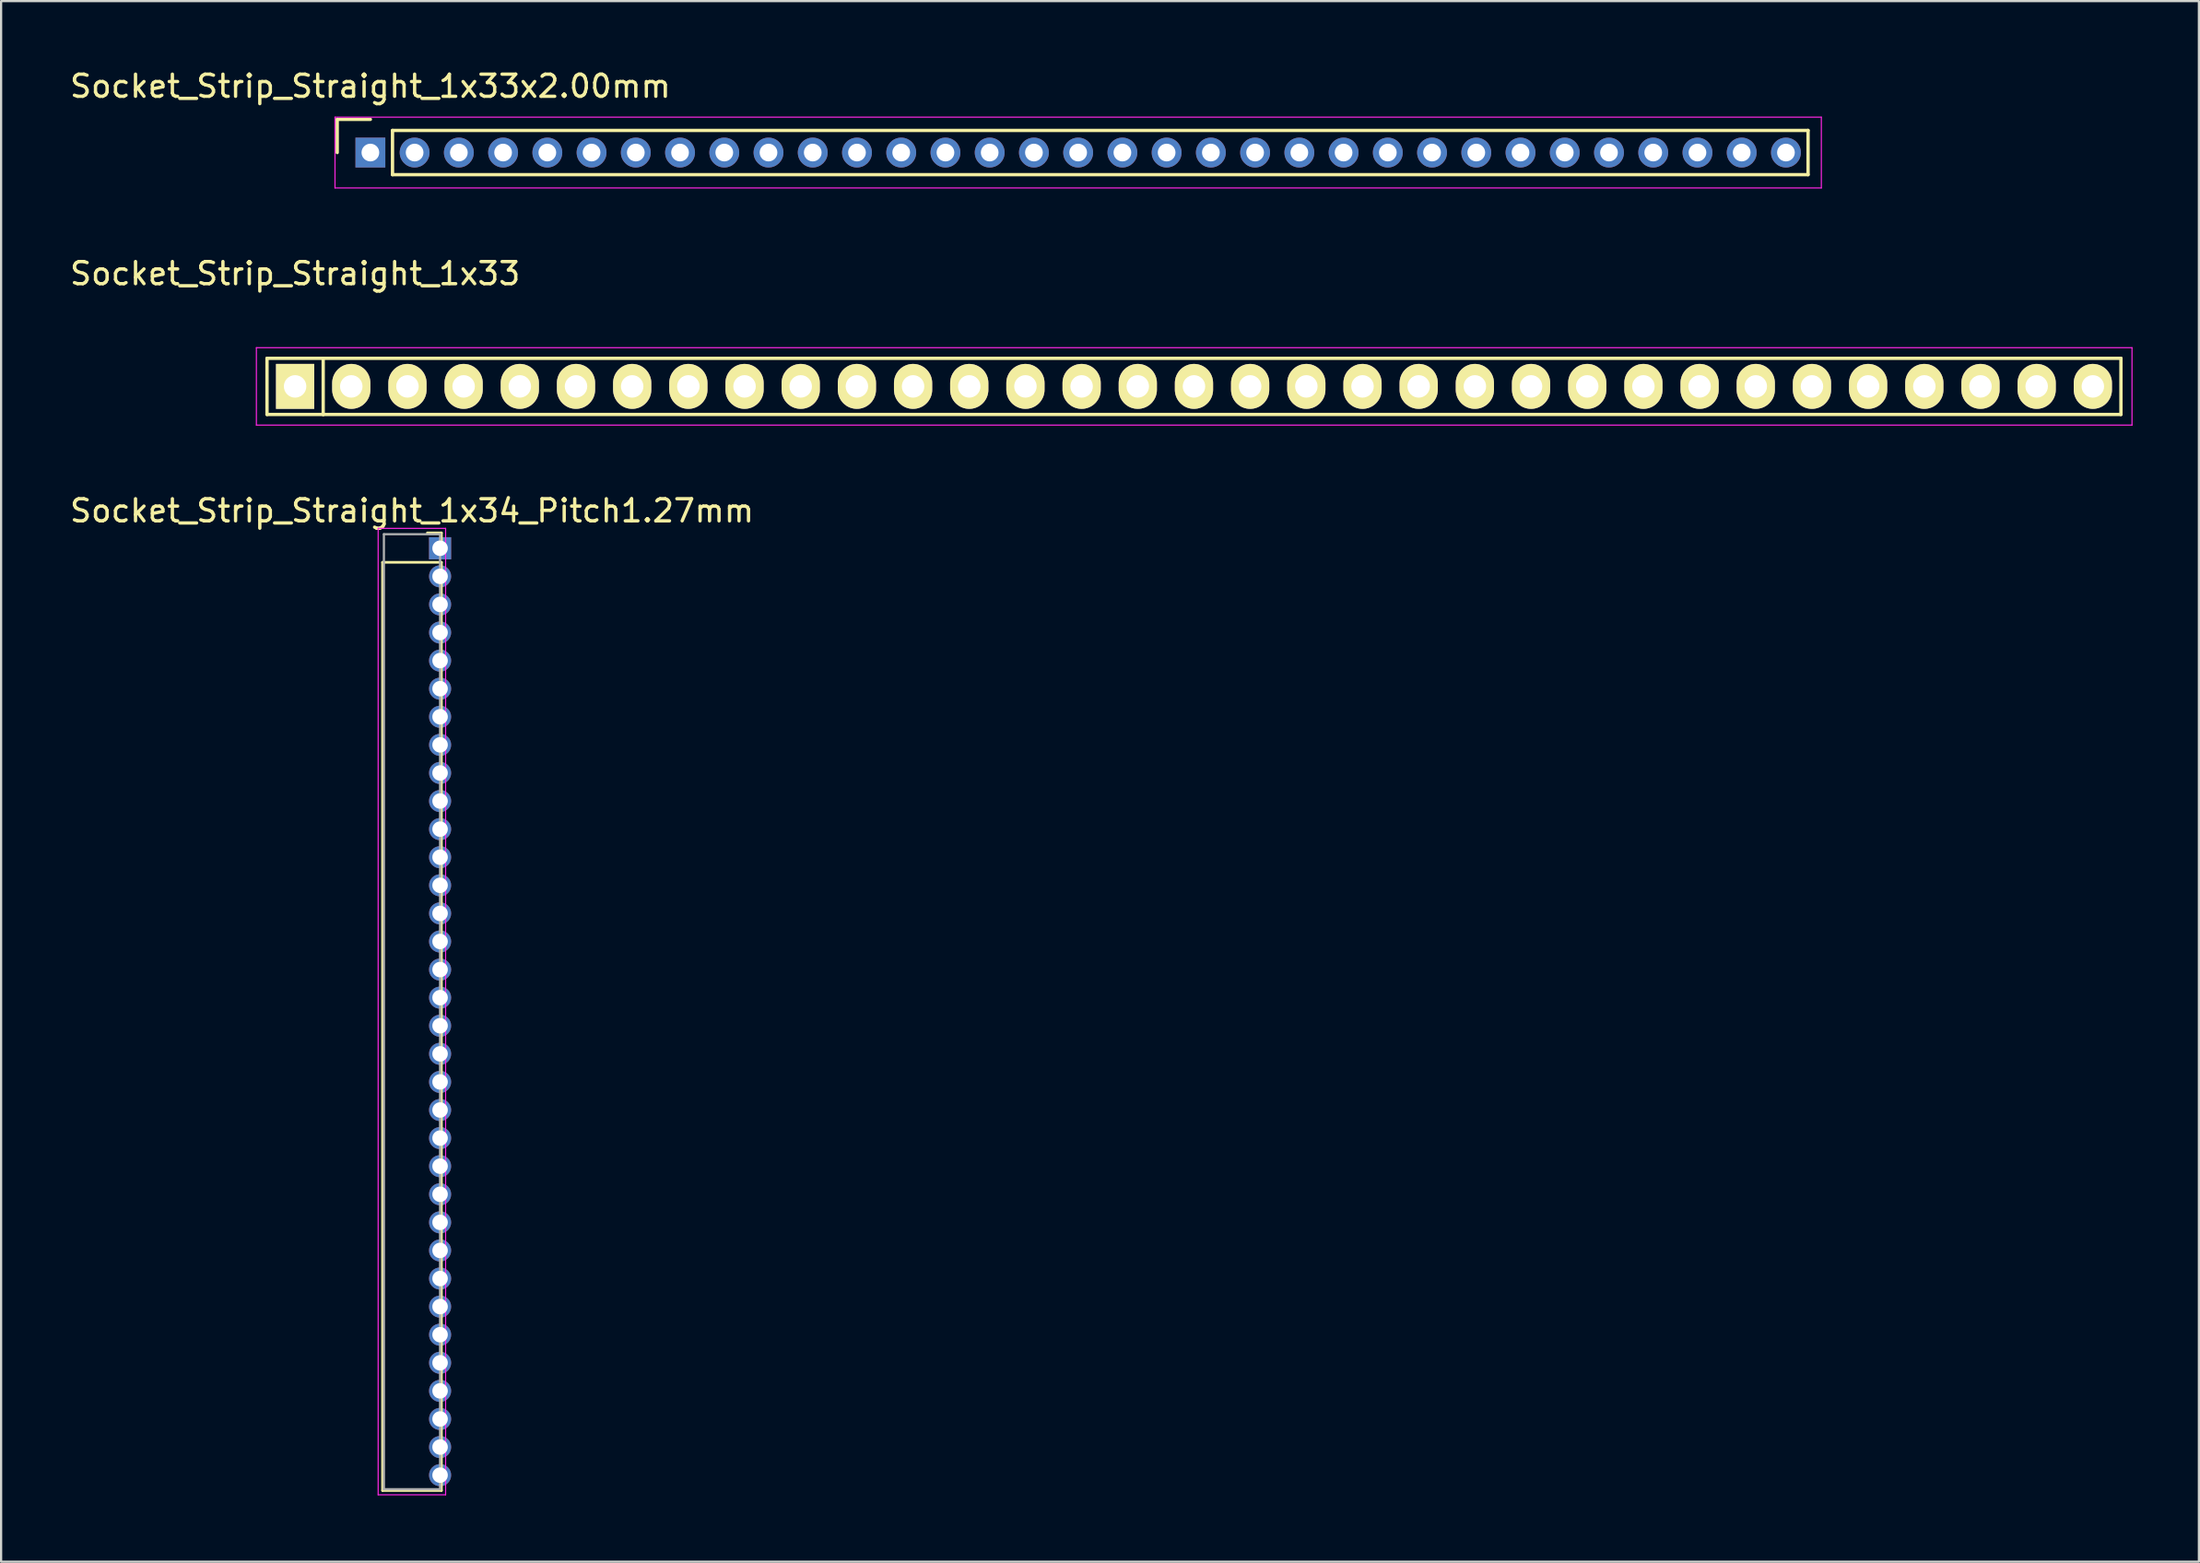
<source format=kicad_pcb>
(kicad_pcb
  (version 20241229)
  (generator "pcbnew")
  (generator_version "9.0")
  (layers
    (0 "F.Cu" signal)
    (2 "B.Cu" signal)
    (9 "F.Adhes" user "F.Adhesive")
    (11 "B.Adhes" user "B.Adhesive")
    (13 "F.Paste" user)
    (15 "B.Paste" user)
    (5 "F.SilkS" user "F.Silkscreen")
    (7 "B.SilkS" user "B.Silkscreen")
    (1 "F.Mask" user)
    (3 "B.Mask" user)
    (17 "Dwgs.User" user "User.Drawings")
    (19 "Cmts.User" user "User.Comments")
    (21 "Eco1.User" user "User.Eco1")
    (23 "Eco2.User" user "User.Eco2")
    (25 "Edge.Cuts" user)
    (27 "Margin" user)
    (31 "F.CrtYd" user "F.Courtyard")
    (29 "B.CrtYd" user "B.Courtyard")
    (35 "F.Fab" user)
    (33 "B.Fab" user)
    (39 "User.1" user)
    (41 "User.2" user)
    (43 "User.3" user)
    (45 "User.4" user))
  (footprint "Socket_Strip_Straight_1x34_Pitch1.27mm"
    (layer "F.Cu")
    (at 16.847 21.74)
    (property "Reference" "Socket_Strip_Straight_1x34_Pitch1.27mm" (at -1.27 -1.695 0) (layer "F.SilkS") (effects (font (size 1 1) (thickness 0.15))))
    (attr through_hole)
    (fp_line (start -2.6 0.635) (end -2.6 42.605) (stroke (width 0.12) (type solid)) (layer "F.SilkS"))
    (fp_line (start -2.6 42.605) (end 0.06 42.605) (stroke (width 0.12) (type solid)) (layer "F.SilkS"))
    (fp_line (start 0.06 -0.695) (end -0.575 -0.695) (stroke (width 0.12) (type solid)) (layer "F.SilkS"))
    (fp_line (start 0.06 0) (end 0.06 -0.695) (stroke (width 0.12) (type solid)) (layer "F.SilkS"))
    (fp_line (start 0.06 0.635) (end -2.6 0.635) (stroke (width 0.12) (type solid)) (layer "F.SilkS"))
    (fp_line (start 0.06 42.605) (end 0.06 0.635) (stroke (width 0.12) (type solid)) (layer "F.SilkS"))
    (fp_line (start -2.8 -0.9) (end -2.8 42.8) (stroke (width 0.05) (type solid)) (layer "F.CrtYd"))
    (fp_line (start -2.8 42.8) (end 0.25 42.8) (stroke (width 0.05) (type solid)) (layer "F.CrtYd"))
    (fp_line (start 0.25 -0.9) (end -2.8 -0.9) (stroke (width 0.05) (type solid)) (layer "F.CrtYd"))
    (fp_line (start 0.25 42.8) (end 0.25 -0.9) (stroke (width 0.05) (type solid)) (layer "F.CrtYd"))
    (fp_line (start -2.54 -0.635) (end -2.54 42.545) (stroke (width 0.1) (type solid)) (layer "F.Fab"))
    (fp_line (start -2.54 42.545) (end 0 42.545) (stroke (width 0.1) (type solid)) (layer "F.Fab"))
    (fp_line (start 0 -0.635) (end -2.54 -0.635) (stroke (width 0.1) (type solid)) (layer "F.Fab"))
    (fp_line (start 0 42.545) (end 0 -0.635) (stroke (width 0.1) (type solid)) (layer "F.Fab"))
    (pad "1" thru_hole rect (at 0 0) (size 1 1) (drill 0.7) (layers "*.Cu" "*.Mask"))
    (pad "2" thru_hole oval (at 0 1.27) (size 1 1) (drill 0.7) (layers "*.Cu" "*.Mask"))
    (pad "3" thru_hole oval (at 0 2.54) (size 1 1) (drill 0.7) (layers "*.Cu" "*.Mask"))
    (pad "4" thru_hole oval (at 0 3.81) (size 1 1) (drill 0.7) (layers "*.Cu" "*.Mask"))
    (pad "5" thru_hole oval (at 0 5.08) (size 1 1) (drill 0.7) (layers "*.Cu" "*.Mask"))
    (pad "6" thru_hole oval (at 0 6.35) (size 1 1) (drill 0.7) (layers "*.Cu" "*.Mask"))
    (pad "7" thru_hole oval (at 0 7.62) (size 1 1) (drill 0.7) (layers "*.Cu" "*.Mask"))
    (pad "8" thru_hole oval (at 0 8.89) (size 1 1) (drill 0.7) (layers "*.Cu" "*.Mask"))
    (pad "9" thru_hole oval (at 0 10.16) (size 1 1) (drill 0.7) (layers "*.Cu" "*.Mask"))
    (pad "10" thru_hole oval (at 0 11.43) (size 1 1) (drill 0.7) (layers "*.Cu" "*.Mask"))
    (pad "11" thru_hole oval (at 0 12.7) (size 1 1) (drill 0.7) (layers "*.Cu" "*.Mask"))
    (pad "12" thru_hole oval (at 0 13.97) (size 1 1) (drill 0.7) (layers "*.Cu" "*.Mask"))
    (pad "13" thru_hole oval (at 0 15.24) (size 1 1) (drill 0.7) (layers "*.Cu" "*.Mask"))
    (pad "14" thru_hole oval (at 0 16.51) (size 1 1) (drill 0.7) (layers "*.Cu" "*.Mask"))
    (pad "15" thru_hole oval (at 0 17.78) (size 1 1) (drill 0.7) (layers "*.Cu" "*.Mask"))
    (pad "16" thru_hole oval (at 0 19.05) (size 1 1) (drill 0.7) (layers "*.Cu" "*.Mask"))
    (pad "17" thru_hole oval (at 0 20.32) (size 1 1) (drill 0.7) (layers "*.Cu" "*.Mask"))
    (pad "18" thru_hole oval (at 0 21.59) (size 1 1) (drill 0.7) (layers "*.Cu" "*.Mask"))
    (pad "19" thru_hole oval (at 0 22.86) (size 1 1) (drill 0.7) (layers "*.Cu" "*.Mask"))
    (pad "20" thru_hole oval (at 0 24.13) (size 1 1) (drill 0.7) (layers "*.Cu" "*.Mask"))
    (pad "21" thru_hole oval (at 0 25.4) (size 1 1) (drill 0.7) (layers "*.Cu" "*.Mask"))
    (pad "22" thru_hole oval (at 0 26.67) (size 1 1) (drill 0.7) (layers "*.Cu" "*.Mask"))
    (pad "23" thru_hole oval (at 0 27.94) (size 1 1) (drill 0.7) (layers "*.Cu" "*.Mask"))
    (pad "24" thru_hole oval (at 0 29.21) (size 1 1) (drill 0.7) (layers "*.Cu" "*.Mask"))
    (pad "25" thru_hole oval (at 0 30.48) (size 1 1) (drill 0.7) (layers "*.Cu" "*.Mask"))
    (pad "26" thru_hole oval (at 0 31.75) (size 1 1) (drill 0.7) (layers "*.Cu" "*.Mask"))
    (pad "27" thru_hole oval (at 0 33.02) (size 1 1) (drill 0.7) (layers "*.Cu" "*.Mask"))
    (pad "28" thru_hole oval (at 0 34.29) (size 1 1) (drill 0.7) (layers "*.Cu" "*.Mask"))
    (pad "29" thru_hole oval (at 0 35.56) (size 1 1) (drill 0.7) (layers "*.Cu" "*.Mask"))
    (pad "30" thru_hole oval (at 0 36.83) (size 1 1) (drill 0.7) (layers "*.Cu" "*.Mask"))
    (pad "31" thru_hole oval (at 0 38.1) (size 1 1) (drill 0.7) (layers "*.Cu" "*.Mask"))
    (pad "32" thru_hole oval (at 0 39.37) (size 1 1) (drill 0.7) (layers "*.Cu" "*.Mask"))
    (pad "33" thru_hole oval (at 0 40.64) (size 1 1) (drill 0.7) (layers "*.Cu" "*.Mask"))
    (pad "34" thru_hole oval (at 0 41.91) (size 1 1) (drill 0.7) (layers "*.Cu" "*.Mask")))
  (footprint "Socket_Strip_Straight_1x33"
    (layer "F.Cu")
    (at 10.292 14.421)
    (property "Reference" "Socket_Strip_Straight_1x33" (at 0 -5.1 0) (layer "F.SilkS") (effects (font (size 1 1) (thickness 0.15))))
    (attr through_hole)
    (fp_line (start -1.27 -1.27) (end 1.27 -1.27) (stroke (width 0.15) (type solid)) (layer "F.SilkS"))
    (fp_line (start -1.27 1.27) (end -1.27 -1.27) (stroke (width 0.15) (type solid)) (layer "F.SilkS"))
    (fp_line (start -1.27 1.27) (end 1.27 1.27) (stroke (width 0.15) (type solid)) (layer "F.SilkS"))
    (fp_line (start 1.27 -1.27) (end 82.55 -1.27) (stroke (width 0.15) (type solid)) (layer "F.SilkS"))
    (fp_line (start 1.27 1.27) (end 1.27 -1.27) (stroke (width 0.15) (type solid)) (layer "F.SilkS"))
    (fp_line (start 82.55 -1.27) (end 82.55 1.27) (stroke (width 0.15) (type solid)) (layer "F.SilkS"))
    (fp_line (start 82.55 1.27) (end 1.27 1.27) (stroke (width 0.15) (type solid)) (layer "F.SilkS"))
    (fp_line (start -1.75 -1.75) (end -1.75 1.75) (stroke (width 0.05) (type solid)) (layer "F.CrtYd"))
    (fp_line (start -1.75 -1.75) (end 83.05 -1.75) (stroke (width 0.05) (type solid)) (layer "F.CrtYd"))
    (fp_line (start -1.75 1.75) (end 83.05 1.75) (stroke (width 0.05) (type solid)) (layer "F.CrtYd"))
    (fp_line (start 83.05 -1.75) (end 83.05 1.75) (stroke (width 0.05) (type solid)) (layer "F.CrtYd"))
    (pad "1" thru_hole rect (at 0 0) (size 1.727 2.032) (drill 1.016) (layers "*.Cu" "*.Mask" "F.SilkS"))
    (pad "2" thru_hole oval (at 2.54 0) (size 1.727 2.032) (drill 1.016) (layers "*.Cu" "*.Mask" "F.SilkS"))
    (pad "3" thru_hole oval (at 5.08 0) (size 1.727 2.032) (drill 1.016) (layers "*.Cu" "*.Mask" "F.SilkS"))
    (pad "4" thru_hole oval (at 7.62 0) (size 1.727 2.032) (drill 1.016) (layers "*.Cu" "*.Mask" "F.SilkS"))
    (pad "5" thru_hole oval (at 10.16 0) (size 1.727 2.032) (drill 1.016) (layers "*.Cu" "*.Mask" "F.SilkS"))
    (pad "6" thru_hole oval (at 12.7 0) (size 1.727 2.032) (drill 1.016) (layers "*.Cu" "*.Mask" "F.SilkS"))
    (pad "7" thru_hole oval (at 15.24 0) (size 1.727 2.032) (drill 1.016) (layers "*.Cu" "*.Mask" "F.SilkS"))
    (pad "8" thru_hole oval (at 17.78 0) (size 1.727 2.032) (drill 1.016) (layers "*.Cu" "*.Mask" "F.SilkS"))
    (pad "9" thru_hole oval (at 20.32 0) (size 1.727 2.032) (drill 1.016) (layers "*.Cu" "*.Mask" "F.SilkS"))
    (pad "10" thru_hole oval (at 22.86 0) (size 1.727 2.032) (drill 1.016) (layers "*.Cu" "*.Mask" "F.SilkS"))
    (pad "11" thru_hole oval (at 25.4 0) (size 1.727 2.032) (drill 1.016) (layers "*.Cu" "*.Mask" "F.SilkS"))
    (pad "12" thru_hole oval (at 27.94 0) (size 1.727 2.032) (drill 1.016) (layers "*.Cu" "*.Mask" "F.SilkS"))
    (pad "13" thru_hole oval (at 30.48 0) (size 1.727 2.032) (drill 1.016) (layers "*.Cu" "*.Mask" "F.SilkS"))
    (pad "14" thru_hole oval (at 33.02 0) (size 1.727 2.032) (drill 1.016) (layers "*.Cu" "*.Mask" "F.SilkS"))
    (pad "15" thru_hole oval (at 35.56 0) (size 1.727 2.032) (drill 1.016) (layers "*.Cu" "*.Mask" "F.SilkS"))
    (pad "16" thru_hole oval (at 38.1 0) (size 1.727 2.032) (drill 1.016) (layers "*.Cu" "*.Mask" "F.SilkS"))
    (pad "17" thru_hole oval (at 40.64 0) (size 1.727 2.032) (drill 1.016) (layers "*.Cu" "*.Mask" "F.SilkS"))
    (pad "18" thru_hole oval (at 43.18 0) (size 1.727 2.032) (drill 1.016) (layers "*.Cu" "*.Mask" "F.SilkS"))
    (pad "19" thru_hole oval (at 45.72 0) (size 1.727 2.032) (drill 1.016) (layers "*.Cu" "*.Mask" "F.SilkS"))
    (pad "20" thru_hole oval (at 48.26 0) (size 1.727 2.032) (drill 1.016) (layers "*.Cu" "*.Mask" "F.SilkS"))
    (pad "21" thru_hole oval (at 50.8 0) (size 1.727 2.032) (drill 1.016) (layers "*.Cu" "*.Mask" "F.SilkS"))
    (pad "22" thru_hole oval (at 53.34 0) (size 1.727 2.032) (drill 1.016) (layers "*.Cu" "*.Mask" "F.SilkS"))
    (pad "23" thru_hole oval (at 55.88 0) (size 1.727 2.032) (drill 1.016) (layers "*.Cu" "*.Mask" "F.SilkS"))
    (pad "24" thru_hole oval (at 58.42 0) (size 1.727 2.032) (drill 1.016) (layers "*.Cu" "*.Mask" "F.SilkS"))
    (pad "25" thru_hole oval (at 60.96 0) (size 1.727 2.032) (drill 1.016) (layers "*.Cu" "*.Mask" "F.SilkS"))
    (pad "26" thru_hole oval (at 63.5 0) (size 1.727 2.032) (drill 1.016) (layers "*.Cu" "*.Mask" "F.SilkS"))
    (pad "27" thru_hole oval (at 66.04 0) (size 1.727 2.032) (drill 1.016) (layers "*.Cu" "*.Mask" "F.SilkS"))
    (pad "28" thru_hole oval (at 68.58 0) (size 1.727 2.032) (drill 1.016) (layers "*.Cu" "*.Mask" "F.SilkS"))
    (pad "29" thru_hole oval (at 71.12 0) (size 1.727 2.032) (drill 1.016) (layers "*.Cu" "*.Mask" "F.SilkS"))
    (pad "30" thru_hole oval (at 73.66 0) (size 1.727 2.032) (drill 1.016) (layers "*.Cu" "*.Mask" "F.SilkS"))
    (pad "31" thru_hole oval (at 76.2 0) (size 1.727 2.032) (drill 1.016) (layers "*.Cu" "*.Mask" "F.SilkS"))
    (pad "32" thru_hole oval (at 78.74 0) (size 1.727 2.032) (drill 1.016) (layers "*.Cu" "*.Mask" "F.SilkS"))
    (pad "33" thru_hole oval (at 81.28 0) (size 1.727 2.032) (drill 1.016) (layers "*.Cu" "*.Mask" "F.SilkS")))
  (footprint "Socket_Strip_Straight_1x33x2.00mm"
    (layer "F.Cu")
    (at 13.696 3.848)
    (property "Reference" "Socket_Strip_Straight_1x33x2.00mm" (at 0 -3 0) (layer "F.SilkS") (effects (font (size 1 1) (thickness 0.15))))
    (attr through_hole)
    (fp_line (start -1.5 -1.5) (end -1.5 0) (stroke (width 0.15) (type solid)) (layer "F.SilkS"))
    (fp_line (start 0 -1.5) (end -1.5 -1.5) (stroke (width 0.15) (type solid)) (layer "F.SilkS"))
    (fp_line (start 1 -1) (end 1 1) (stroke (width 0.15) (type solid)) (layer "F.SilkS"))
    (fp_line (start 1 1) (end 65 1) (stroke (width 0.15) (type solid)) (layer "F.SilkS"))
    (fp_line (start 65 -1) (end 1 -1) (stroke (width 0.15) (type solid)) (layer "F.SilkS"))
    (fp_line (start 65 1) (end 65 -1) (stroke (width 0.15) (type solid)) (layer "F.SilkS"))
    (fp_line (start -1.6 -1.6) (end -1.6 1.6) (stroke (width 0.05) (type solid)) (layer "F.CrtYd"))
    (fp_line (start -1.6 1.6) (end 65.6 1.6) (stroke (width 0.05) (type solid)) (layer "F.CrtYd"))
    (fp_line (start 65.6 -1.6) (end -1.6 -1.6) (stroke (width 0.05) (type solid)) (layer "F.CrtYd"))
    (fp_line (start 65.6 1.6) (end 65.6 -1.6) (stroke (width 0.05) (type solid)) (layer "F.CrtYd"))
    (pad "1" thru_hole rect (at 0 0) (size 1.35 1.35) (drill 0.8) (layers "*.Cu" "*.Mask"))
    (pad "2" thru_hole circle (at 2 0) (size 1.35 1.35) (drill 0.8) (layers "*.Cu" "*.Mask"))
    (pad "3" thru_hole circle (at 4 0) (size 1.35 1.35) (drill 0.8) (layers "*.Cu" "*.Mask"))
    (pad "4" thru_hole circle (at 6 0) (size 1.35 1.35) (drill 0.8) (layers "*.Cu" "*.Mask"))
    (pad "5" thru_hole circle (at 8 0) (size 1.35 1.35) (drill 0.8) (layers "*.Cu" "*.Mask"))
    (pad "6" thru_hole circle (at 10 0) (size 1.35 1.35) (drill 0.8) (layers "*.Cu" "*.Mask"))
    (pad "7" thru_hole circle (at 12 0) (size 1.35 1.35) (drill 0.8) (layers "*.Cu" "*.Mask"))
    (pad "8" thru_hole circle (at 14 0) (size 1.35 1.35) (drill 0.8) (layers "*.Cu" "*.Mask"))
    (pad "9" thru_hole circle (at 16 0) (size 1.35 1.35) (drill 0.8) (layers "*.Cu" "*.Mask"))
    (pad "10" thru_hole circle (at 18 0) (size 1.35 1.35) (drill 0.8) (layers "*.Cu" "*.Mask"))
    (pad "11" thru_hole circle (at 20 0) (size 1.35 1.35) (drill 0.8) (layers "*.Cu" "*.Mask"))
    (pad "12" thru_hole circle (at 22 0) (size 1.35 1.35) (drill 0.8) (layers "*.Cu" "*.Mask"))
    (pad "13" thru_hole circle (at 24 0) (size 1.35 1.35) (drill 0.8) (layers "*.Cu" "*.Mask"))
    (pad "14" thru_hole circle (at 26 0) (size 1.35 1.35) (drill 0.8) (layers "*.Cu" "*.Mask"))
    (pad "15" thru_hole circle (at 28 0) (size 1.35 1.35) (drill 0.8) (layers "*.Cu" "*.Mask"))
    (pad "16" thru_hole circle (at 30 0) (size 1.35 1.35) (drill 0.8) (layers "*.Cu" "*.Mask"))
    (pad "17" thru_hole circle (at 32 0) (size 1.35 1.35) (drill 0.8) (layers "*.Cu" "*.Mask"))
    (pad "18" thru_hole circle (at 34 0) (size 1.35 1.35) (drill 0.8) (layers "*.Cu" "*.Mask"))
    (pad "19" thru_hole circle (at 36 0) (size 1.35 1.35) (drill 0.8) (layers "*.Cu" "*.Mask"))
    (pad "20" thru_hole circle (at 38 0) (size 1.35 1.35) (drill 0.8) (layers "*.Cu" "*.Mask"))
    (pad "21" thru_hole circle (at 40 0) (size 1.35 1.35) (drill 0.8) (layers "*.Cu" "*.Mask"))
    (pad "22" thru_hole circle (at 42 0) (size 1.35 1.35) (drill 0.8) (layers "*.Cu" "*.Mask"))
    (pad "23" thru_hole circle (at 44 0) (size 1.35 1.35) (drill 0.8) (layers "*.Cu" "*.Mask"))
    (pad "24" thru_hole circle (at 46 0) (size 1.35 1.35) (drill 0.8) (layers "*.Cu" "*.Mask"))
    (pad "25" thru_hole circle (at 48 0) (size 1.35 1.35) (drill 0.8) (layers "*.Cu" "*.Mask"))
    (pad "26" thru_hole circle (at 50 0) (size 1.35 1.35) (drill 0.8) (layers "*.Cu" "*.Mask"))
    (pad "27" thru_hole circle (at 52 0) (size 1.35 1.35) (drill 0.8) (layers "*.Cu" "*.Mask"))
    (pad "28" thru_hole circle (at 54 0) (size 1.35 1.35) (drill 0.8) (layers "*.Cu" "*.Mask"))
    (pad "29" thru_hole circle (at 56 0) (size 1.35 1.35) (drill 0.8) (layers "*.Cu" "*.Mask"))
    (pad "30" thru_hole circle (at 58 0) (size 1.35 1.35) (drill 0.8) (layers "*.Cu" "*.Mask"))
    (pad "31" thru_hole circle (at 60 0) (size 1.35 1.35) (drill 0.8) (layers "*.Cu" "*.Mask"))
    (pad "32" thru_hole circle (at 62 0) (size 1.35 1.35) (drill 0.8) (layers "*.Cu" "*.Mask"))
    (pad "33" thru_hole circle (at 64 0) (size 1.35 1.35) (drill 0.8) (layers "*.Cu" "*.Mask")))
  (gr_rect
    (start -3 -3)
    (end 96.367 67.565)
    (stroke (width 0.1) (type default))
    (fill no)
    (layer "Edge.Cuts")))
</source>
